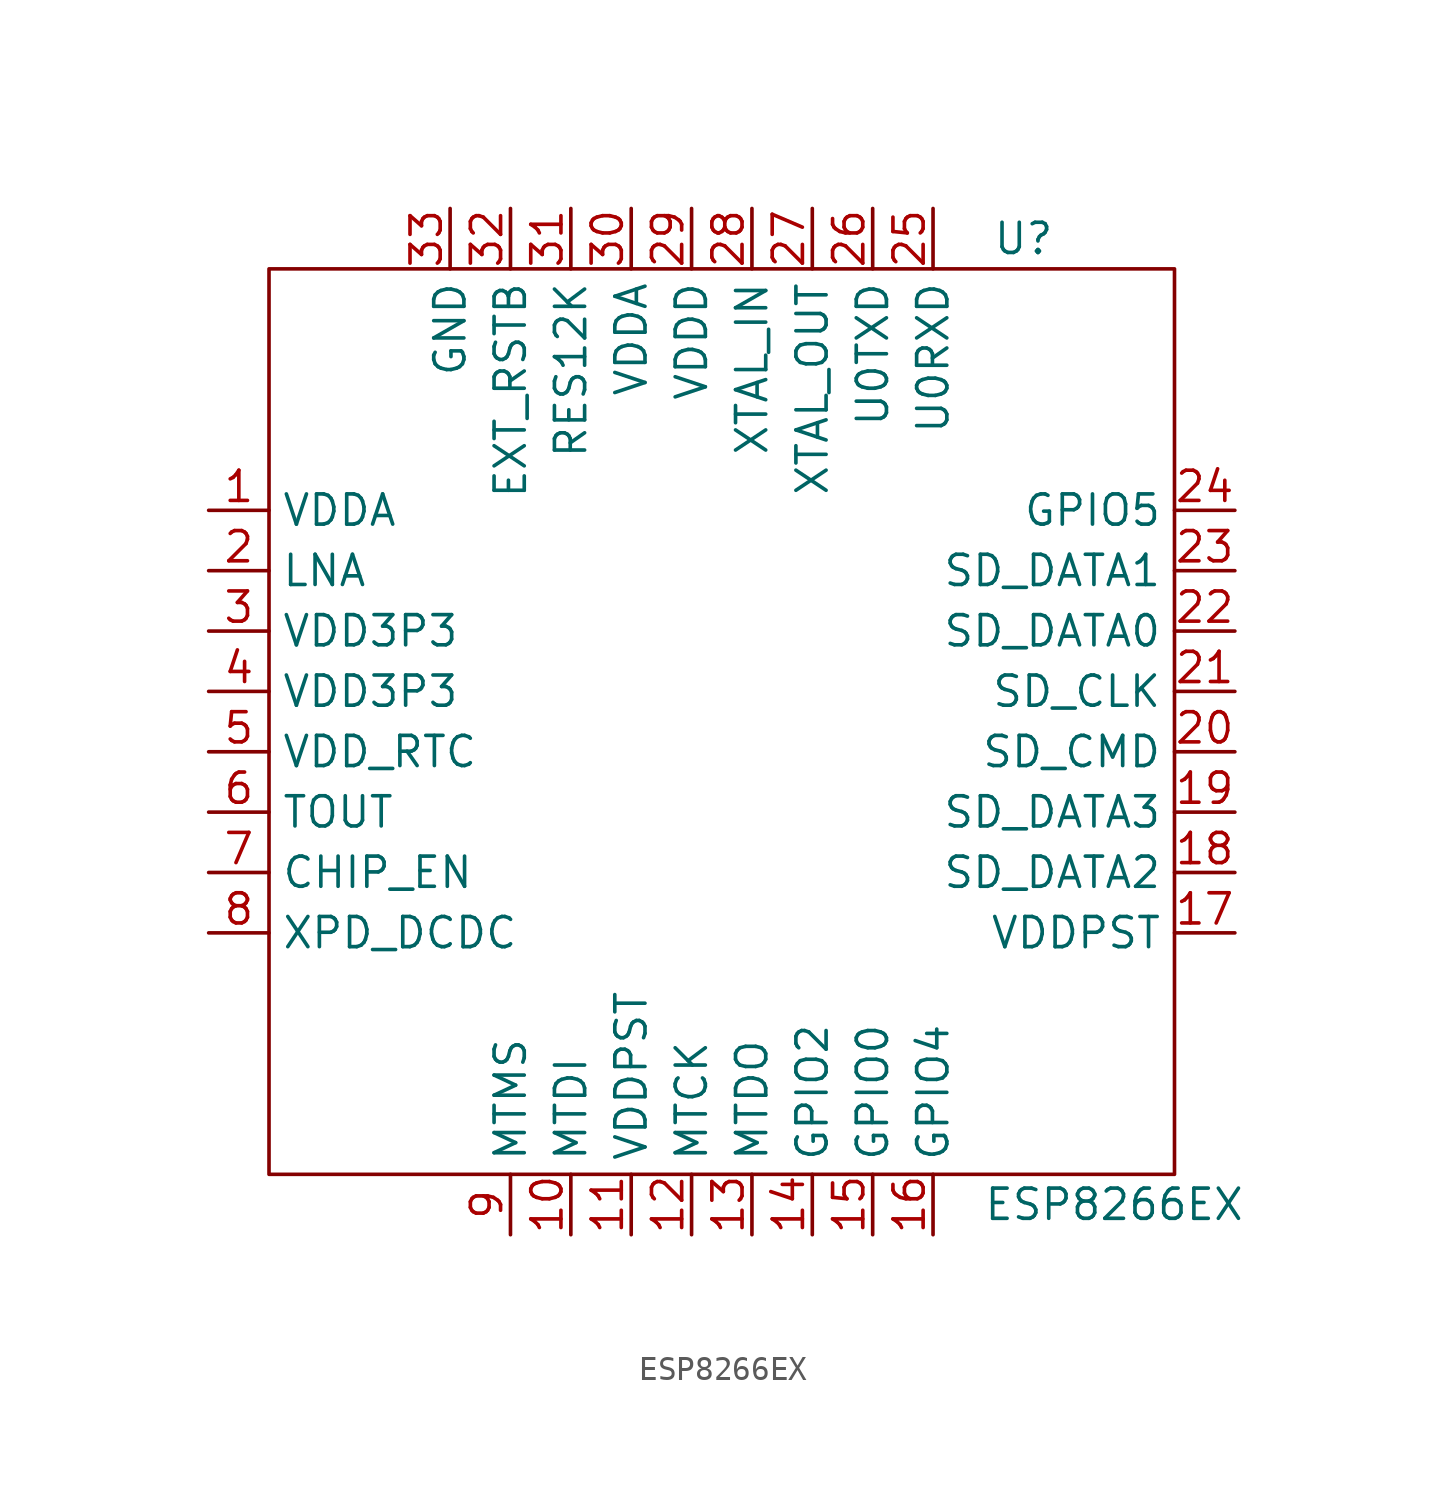
<source format=kicad_sym>
(kicad_symbol_lib
  (version 20211014)
  (generator kicad_symbol_editor)
  (symbol "ESP8266EX"
    (property "Reference" "U"
      (at 31.75 39.37 0)
      (effects (font (size 1.27 1.27))))
    (property "Value" "ESP8266EX"
      (at 35.56 -1.27 0)
      (effects (font (size 1.27 1.27))))
    (symbol "ESP8266EX_0_1"
      (rectangle (start 0 38.1) (end 38.1 0) (stroke (width 0) (type default) (color 0 0 0 0)) (fill (type none))))
    (symbol "ESP8266EX_1_1"
      (pin power_in line (at -2.54 27.94 0) (length 2.54) (name "VDDA" (effects (font (size 1.27 1.27)))) (number "1" (effects (font (size 1.27 1.27)))))
      (pin bidirectional line (at 12.7 -2.54 90) (length 2.54) (name "MTDI" (effects (font (size 1.27 1.27)))) (number "10" (effects (font (size 1.27 1.27)))))
      (pin power_in line (at 15.24 -2.54 90) (length 2.54) (name "VDDPST" (effects (font (size 1.27 1.27)))) (number "11" (effects (font (size 1.27 1.27)))))
      (pin bidirectional line (at 17.78 -2.54 90) (length 2.54) (name "MTCK" (effects (font (size 1.27 1.27)))) (number "12" (effects (font (size 1.27 1.27)))))
      (pin bidirectional line (at 20.32 -2.54 90) (length 2.54) (name "MTDO" (effects (font (size 1.27 1.27)))) (number "13" (effects (font (size 1.27 1.27)))))
      (pin bidirectional line (at 22.86 -2.54 90) (length 2.54) (name "GPIO2" (effects (font (size 1.27 1.27)))) (number "14" (effects (font (size 1.27 1.27)))))
      (pin bidirectional line (at 25.4 -2.54 90) (length 2.54) (name "GPIO0" (effects (font (size 1.27 1.27)))) (number "15" (effects (font (size 1.27 1.27)))))
      (pin bidirectional line (at 27.94 -2.54 90) (length 2.54) (name "GPIO4" (effects (font (size 1.27 1.27)))) (number "16" (effects (font (size 1.27 1.27)))))
      (pin power_in line (at 40.64 10.16 180) (length 2.54) (name "VDDPST" (effects (font (size 1.27 1.27)))) (number "17" (effects (font (size 1.27 1.27)))))
      (pin bidirectional line (at 40.64 12.7 180) (length 2.54) (name "SD_DATA2" (effects (font (size 1.27 1.27)))) (number "18" (effects (font (size 1.27 1.27)))))
      (pin bidirectional line (at 40.64 15.24 180) (length 2.54) (name "SD_DATA3" (effects (font (size 1.27 1.27)))) (number "19" (effects (font (size 1.27 1.27)))))
      (pin input line (at -2.54 25.4 0) (length 2.54) (name "LNA" (effects (font (size 1.27 1.27)))) (number "2" (effects (font (size 1.27 1.27)))))
      (pin bidirectional line (at 40.64 17.78 180) (length 2.54) (name "SD_CMD" (effects (font (size 1.27 1.27)))) (number "20" (effects (font (size 1.27 1.27)))))
      (pin bidirectional line (at 40.64 20.32 180) (length 2.54) (name "SD_CLK" (effects (font (size 1.27 1.27)))) (number "21" (effects (font (size 1.27 1.27)))))
      (pin bidirectional line (at 40.64 22.86 180) (length 2.54) (name "SD_DATA0" (effects (font (size 1.27 1.27)))) (number "22" (effects (font (size 1.27 1.27)))))
      (pin bidirectional line (at 40.64 25.4 180) (length 2.54) (name "SD_DATA1" (effects (font (size 1.27 1.27)))) (number "23" (effects (font (size 1.27 1.27)))))
      (pin bidirectional line (at 40.64 27.94 180) (length 2.54) (name "GPIO5" (effects (font (size 1.27 1.27)))) (number "24" (effects (font (size 1.27 1.27)))))
      (pin bidirectional line (at 27.94 40.64 270) (length 2.54) (name "U0RXD" (effects (font (size 1.27 1.27)))) (number "25" (effects (font (size 1.27 1.27)))))
      (pin bidirectional line (at 25.4 40.64 270) (length 2.54) (name "U0TXD" (effects (font (size 1.27 1.27)))) (number "26" (effects (font (size 1.27 1.27)))))
      (pin input line (at 22.86 40.64 270) (length 2.54) (name "XTAL_OUT" (effects (font (size 1.27 1.27)))) (number "27" (effects (font (size 1.27 1.27)))))
      (pin input line (at 20.32 40.64 270) (length 2.54) (name "XTAL_IN" (effects (font (size 1.27 1.27)))) (number "28" (effects (font (size 1.27 1.27)))))
      (pin power_in line (at 17.78 40.64 270) (length 2.54) (name "VDDD" (effects (font (size 1.27 1.27)))) (number "29" (effects (font (size 1.27 1.27)))))
      (pin power_in line (at -2.54 22.86 0) (length 2.54) (name "VDD3P3" (effects (font (size 1.27 1.27)))) (number "3" (effects (font (size 1.27 1.27)))))
      (pin power_in line (at 15.24 40.64 270) (length 2.54) (name "VDDA" (effects (font (size 1.27 1.27)))) (number "30" (effects (font (size 1.27 1.27)))))
      (pin output line (at 12.7 40.64 270) (length 2.54) (name "RES12K" (effects (font (size 1.27 1.27)))) (number "31" (effects (font (size 1.27 1.27)))))
      (pin input line (at 10.16 40.64 270) (length 2.54) (name "EXT_RSTB" (effects (font (size 1.27 1.27)))) (number "32" (effects (font (size 1.27 1.27)))))
      (pin power_in line (at 7.62 40.64 270) (length 2.54) (name "GND" (effects (font (size 1.27 1.27)))) (number "33" (effects (font (size 1.27 1.27)))))
      (pin power_in line (at -2.54 20.32 0) (length 2.54) (name "VDD3P3" (effects (font (size 1.27 1.27)))) (number "4" (effects (font (size 1.27 1.27)))))
      (pin passive line (at -2.54 17.78 0) (length 2.54) (name "VDD_RTC" (effects (font (size 1.27 1.27)))) (number "5" (effects (font (size 1.27 1.27)))))
      (pin passive line (at -2.54 15.24 0) (length 2.54) (name "TOUT" (effects (font (size 1.27 1.27)))) (number "6" (effects (font (size 1.27 1.27)))))
      (pin input line (at -2.54 12.7 0) (length 2.54) (name "CHIP_EN" (effects (font (size 1.27 1.27)))) (number "7" (effects (font (size 1.27 1.27)))))
      (pin passive line (at -2.54 10.16 0) (length 2.54) (name "XPD_DCDC" (effects (font (size 1.27 1.27)))) (number "8" (effects (font (size 1.27 1.27)))))
      (pin bidirectional line (at 10.16 -2.54 90) (length 2.54) (name "MTMS" (effects (font (size 1.27 1.27)))) (number "9" (effects (font (size 1.27 1.27))))))))
</source>
